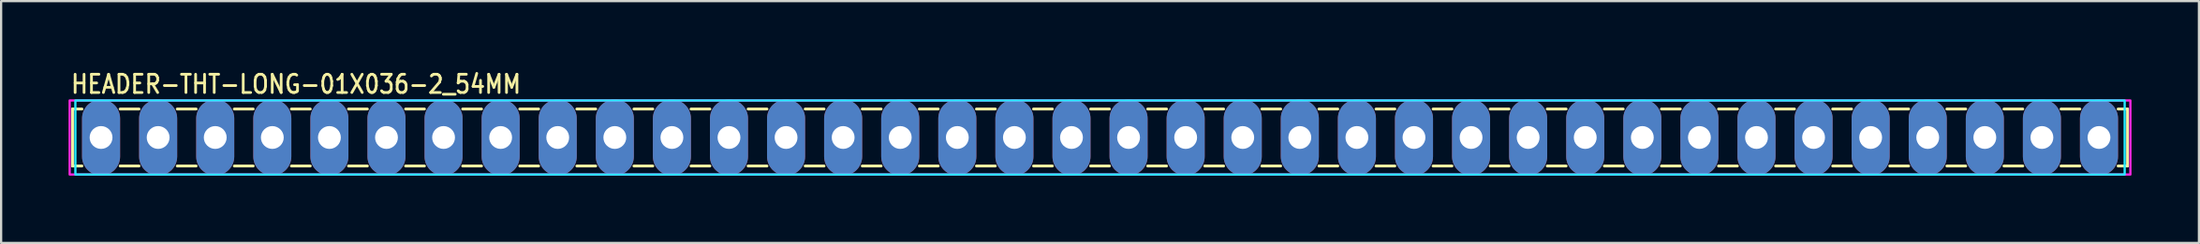
<source format=kicad_pcb>
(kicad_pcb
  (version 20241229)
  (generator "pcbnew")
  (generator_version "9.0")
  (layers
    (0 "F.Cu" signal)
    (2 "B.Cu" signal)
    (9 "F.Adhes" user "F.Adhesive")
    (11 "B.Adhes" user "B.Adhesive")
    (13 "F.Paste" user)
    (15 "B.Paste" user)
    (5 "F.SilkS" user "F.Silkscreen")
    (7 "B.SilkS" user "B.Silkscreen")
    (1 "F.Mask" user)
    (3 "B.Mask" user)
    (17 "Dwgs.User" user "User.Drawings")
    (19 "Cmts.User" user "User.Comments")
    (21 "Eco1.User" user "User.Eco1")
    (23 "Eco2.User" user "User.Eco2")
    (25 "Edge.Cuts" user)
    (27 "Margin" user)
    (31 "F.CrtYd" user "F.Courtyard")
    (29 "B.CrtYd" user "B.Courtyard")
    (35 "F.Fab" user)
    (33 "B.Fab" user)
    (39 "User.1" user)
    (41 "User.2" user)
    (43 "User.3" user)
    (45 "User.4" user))
  (footprint "HEADER-THT-LONG-01X036-2_54MM"
    (layer "F.Cu")
    (at 1.447 3.079)
    (property "Reference" "HEADER-THT-LONG-01X036-2_54MM" (at -1.4 -1.9 0) (unlocked yes) (layer "F.SilkS") (effects (font (size 0.813 0.695) (thickness 0.122)) (justify left bottom)))
    (fp_line (start -1.27 -1.27) (end -1.27 1.27) (stroke (width 0.127) (type solid)) (layer "F.SilkS"))
    (fp_line (start -1.27 1.27) (end -0.85 1.27) (stroke (width 0.127) (type solid)) (layer "F.SilkS"))
    (fp_line (start -0.85 -1.27) (end -1.27 -1.27) (stroke (width 0.127) (type solid)) (layer "F.SilkS"))
    (fp_line (start 0.85 -1.27) (end 1.69 -1.27) (stroke (width 0.127) (type solid)) (layer "F.SilkS"))
    (fp_line (start 0.85 1.27) (end 1.69 1.27) (stroke (width 0.127) (type solid)) (layer "F.SilkS"))
    (fp_line (start 3.39 -1.27) (end 4.23 -1.27) (stroke (width 0.127) (type solid)) (layer "F.SilkS"))
    (fp_line (start 3.39 1.27) (end 4.23 1.27) (stroke (width 0.127) (type solid)) (layer "F.SilkS"))
    (fp_line (start 5.93 -1.27) (end 6.77 -1.27) (stroke (width 0.127) (type solid)) (layer "F.SilkS"))
    (fp_line (start 5.93 1.27) (end 6.77 1.27) (stroke (width 0.127) (type solid)) (layer "F.SilkS"))
    (fp_line (start 8.47 -1.27) (end 9.31 -1.27) (stroke (width 0.127) (type solid)) (layer "F.SilkS"))
    (fp_line (start 8.47 1.27) (end 9.31 1.27) (stroke (width 0.127) (type solid)) (layer "F.SilkS"))
    (fp_line (start 11.01 -1.27) (end 11.85 -1.27) (stroke (width 0.127) (type solid)) (layer "F.SilkS"))
    (fp_line (start 11.01 1.27) (end 11.85 1.27) (stroke (width 0.127) (type solid)) (layer "F.SilkS"))
    (fp_line (start 13.55 -1.27) (end 14.39 -1.27) (stroke (width 0.127) (type solid)) (layer "F.SilkS"))
    (fp_line (start 13.55 1.27) (end 14.39 1.27) (stroke (width 0.127) (type solid)) (layer "F.SilkS"))
    (fp_line (start 16.09 -1.27) (end 16.93 -1.27) (stroke (width 0.127) (type solid)) (layer "F.SilkS"))
    (fp_line (start 16.09 1.27) (end 16.93 1.27) (stroke (width 0.127) (type solid)) (layer "F.SilkS"))
    (fp_line (start 18.63 -1.27) (end 19.47 -1.27) (stroke (width 0.127) (type solid)) (layer "F.SilkS"))
    (fp_line (start 18.63 1.27) (end 19.47 1.27) (stroke (width 0.127) (type solid)) (layer "F.SilkS"))
    (fp_line (start 21.17 -1.27) (end 22.01 -1.27) (stroke (width 0.127) (type solid)) (layer "F.SilkS"))
    (fp_line (start 21.17 1.27) (end 22.01 1.27) (stroke (width 0.127) (type solid)) (layer "F.SilkS"))
    (fp_line (start 23.71 -1.27) (end 24.55 -1.27) (stroke (width 0.127) (type solid)) (layer "F.SilkS"))
    (fp_line (start 23.71 1.27) (end 24.55 1.27) (stroke (width 0.127) (type solid)) (layer "F.SilkS"))
    (fp_line (start 26.25 -1.27) (end 27.09 -1.27) (stroke (width 0.127) (type solid)) (layer "F.SilkS"))
    (fp_line (start 26.25 1.27) (end 27.09 1.27) (stroke (width 0.127) (type solid)) (layer "F.SilkS"))
    (fp_line (start 28.79 -1.27) (end 29.63 -1.27) (stroke (width 0.127) (type solid)) (layer "F.SilkS"))
    (fp_line (start 28.79 1.27) (end 29.63 1.27) (stroke (width 0.127) (type solid)) (layer "F.SilkS"))
    (fp_line (start 31.33 -1.27) (end 32.17 -1.27) (stroke (width 0.127) (type solid)) (layer "F.SilkS"))
    (fp_line (start 31.33 1.27) (end 32.17 1.27) (stroke (width 0.127) (type solid)) (layer "F.SilkS"))
    (fp_line (start 33.87 -1.27) (end 34.71 -1.27) (stroke (width 0.127) (type solid)) (layer "F.SilkS"))
    (fp_line (start 33.87 1.27) (end 34.71 1.27) (stroke (width 0.127) (type solid)) (layer "F.SilkS"))
    (fp_line (start 36.41 -1.27) (end 37.25 -1.27) (stroke (width 0.127) (type solid)) (layer "F.SilkS"))
    (fp_line (start 36.41 1.27) (end 37.25 1.27) (stroke (width 0.127) (type solid)) (layer "F.SilkS"))
    (fp_line (start 38.95 -1.27) (end 39.79 -1.27) (stroke (width 0.127) (type solid)) (layer "F.SilkS"))
    (fp_line (start 38.95 1.27) (end 39.79 1.27) (stroke (width 0.127) (type solid)) (layer "F.SilkS"))
    (fp_line (start 41.49 -1.27) (end 42.33 -1.27) (stroke (width 0.127) (type solid)) (layer "F.SilkS"))
    (fp_line (start 41.49 1.27) (end 42.33 1.27) (stroke (width 0.127) (type solid)) (layer "F.SilkS"))
    (fp_line (start 44.03 -1.27) (end 44.87 -1.27) (stroke (width 0.127) (type solid)) (layer "F.SilkS"))
    (fp_line (start 44.03 1.27) (end 44.87 1.27) (stroke (width 0.127) (type solid)) (layer "F.SilkS"))
    (fp_line (start 46.57 -1.27) (end 47.41 -1.27) (stroke (width 0.127) (type solid)) (layer "F.SilkS"))
    (fp_line (start 46.57 1.27) (end 47.41 1.27) (stroke (width 0.127) (type solid)) (layer "F.SilkS"))
    (fp_line (start 49.11 -1.27) (end 49.95 -1.27) (stroke (width 0.127) (type solid)) (layer "F.SilkS"))
    (fp_line (start 49.11 1.27) (end 49.95 1.27) (stroke (width 0.127) (type solid)) (layer "F.SilkS"))
    (fp_line (start 51.65 -1.27) (end 52.49 -1.27) (stroke (width 0.127) (type solid)) (layer "F.SilkS"))
    (fp_line (start 51.65 1.27) (end 52.49 1.27) (stroke (width 0.127) (type solid)) (layer "F.SilkS"))
    (fp_line (start 54.19 -1.27) (end 55.03 -1.27) (stroke (width 0.127) (type solid)) (layer "F.SilkS"))
    (fp_line (start 54.19 1.27) (end 55.03 1.27) (stroke (width 0.127) (type solid)) (layer "F.SilkS"))
    (fp_line (start 56.73 -1.27) (end 57.57 -1.27) (stroke (width 0.127) (type solid)) (layer "F.SilkS"))
    (fp_line (start 56.73 1.27) (end 57.57 1.27) (stroke (width 0.127) (type solid)) (layer "F.SilkS"))
    (fp_line (start 59.27 -1.27) (end 60.11 -1.27) (stroke (width 0.127) (type solid)) (layer "F.SilkS"))
    (fp_line (start 59.27 1.27) (end 60.11 1.27) (stroke (width 0.127) (type solid)) (layer "F.SilkS"))
    (fp_line (start 61.81 -1.27) (end 62.65 -1.27) (stroke (width 0.127) (type solid)) (layer "F.SilkS"))
    (fp_line (start 61.81 1.27) (end 62.65 1.27) (stroke (width 0.127) (type solid)) (layer "F.SilkS"))
    (fp_line (start 64.35 -1.27) (end 65.19 -1.27) (stroke (width 0.127) (type solid)) (layer "F.SilkS"))
    (fp_line (start 64.35 1.27) (end 65.19 1.27) (stroke (width 0.127) (type solid)) (layer "F.SilkS"))
    (fp_line (start 66.89 -1.27) (end 67.73 -1.27) (stroke (width 0.127) (type solid)) (layer "F.SilkS"))
    (fp_line (start 66.89 1.27) (end 67.73 1.27) (stroke (width 0.127) (type solid)) (layer "F.SilkS"))
    (fp_line (start 69.43 -1.27) (end 70.27 -1.27) (stroke (width 0.127) (type solid)) (layer "F.SilkS"))
    (fp_line (start 69.43 1.27) (end 70.27 1.27) (stroke (width 0.127) (type solid)) (layer "F.SilkS"))
    (fp_line (start 71.97 -1.27) (end 72.81 -1.27) (stroke (width 0.127) (type solid)) (layer "F.SilkS"))
    (fp_line (start 71.97 1.27) (end 72.81 1.27) (stroke (width 0.127) (type solid)) (layer "F.SilkS"))
    (fp_line (start 74.51 -1.27) (end 75.35 -1.27) (stroke (width 0.127) (type solid)) (layer "F.SilkS"))
    (fp_line (start 74.51 1.27) (end 75.35 1.27) (stroke (width 0.127) (type solid)) (layer "F.SilkS"))
    (fp_line (start 77.05 -1.27) (end 77.89 -1.27) (stroke (width 0.127) (type solid)) (layer "F.SilkS"))
    (fp_line (start 77.05 1.27) (end 77.89 1.27) (stroke (width 0.127) (type solid)) (layer "F.SilkS"))
    (fp_line (start 79.59 -1.27) (end 80.43 -1.27) (stroke (width 0.127) (type solid)) (layer "F.SilkS"))
    (fp_line (start 79.59 1.27) (end 80.43 1.27) (stroke (width 0.127) (type solid)) (layer "F.SilkS"))
    (fp_line (start 82.13 -1.27) (end 82.97 -1.27) (stroke (width 0.127) (type solid)) (layer "F.SilkS"))
    (fp_line (start 82.13 1.27) (end 82.97 1.27) (stroke (width 0.127) (type solid)) (layer "F.SilkS"))
    (fp_line (start 84.67 -1.27) (end 85.51 -1.27) (stroke (width 0.127) (type solid)) (layer "F.SilkS"))
    (fp_line (start 84.67 1.27) (end 85.51 1.27) (stroke (width 0.127) (type solid)) (layer "F.SilkS"))
    (fp_line (start 87.21 -1.27) (end 88.05 -1.27) (stroke (width 0.127) (type solid)) (layer "F.SilkS"))
    (fp_line (start 87.21 1.27) (end 88.05 1.27) (stroke (width 0.127) (type solid)) (layer "F.SilkS"))
    (fp_line (start 89.75 -1.27) (end 90.17 -1.27) (stroke (width 0.127) (type solid)) (layer "F.SilkS"))
    (fp_line (start 90.17 -1.27) (end 90.17 1.27) (stroke (width 0.127) (type solid)) (layer "F.SilkS"))
    (fp_line (start 90.17 1.27) (end 89.75 1.27) (stroke (width 0.127) (type solid)) (layer "F.SilkS"))
    (fp_poly (pts (xy -1.143 -1.651) (xy 90.043 -1.651) (xy 90.043 1.651) (xy -1.143 1.651)) (stroke (width 0.1) (type solid)) (fill no) (layer "B.CrtYd"))
    (fp_poly (pts (xy -1.397 -1.651) (xy 90.297 -1.651) (xy 90.297 1.651) (xy -1.397 1.651)) (stroke (width 0.1) (type solid)) (fill no) (layer "F.CrtYd"))
    (pad "1" thru_hole oval (at 0 0 90) (size 3.387 1.693) (drill 1.016) (layers "*.Cu" "*.Mask"))
    (pad "2" thru_hole oval (at 2.54 0 90) (size 3.387 1.693) (drill 1.016) (layers "*.Cu" "*.Mask"))
    (pad "3" thru_hole oval (at 5.08 0 90) (size 3.387 1.693) (drill 1.016) (layers "*.Cu" "*.Mask"))
    (pad "4" thru_hole oval (at 7.62 0 90) (size 3.387 1.693) (drill 1.016) (layers "*.Cu" "*.Mask"))
    (pad "5" thru_hole oval (at 10.16 0 90) (size 3.387 1.693) (drill 1.016) (layers "*.Cu" "*.Mask"))
    (pad "6" thru_hole oval (at 12.7 0 90) (size 3.387 1.693) (drill 1.016) (layers "*.Cu" "*.Mask"))
    (pad "7" thru_hole oval (at 15.24 0 90) (size 3.387 1.693) (drill 1.016) (layers "*.Cu" "*.Mask"))
    (pad "8" thru_hole oval (at 17.78 0 90) (size 3.387 1.693) (drill 1.016) (layers "*.Cu" "*.Mask"))
    (pad "9" thru_hole oval (at 20.32 0 90) (size 3.387 1.693) (drill 1.016) (layers "*.Cu" "*.Mask"))
    (pad "10" thru_hole oval (at 22.86 0 90) (size 3.387 1.693) (drill 1.016) (layers "*.Cu" "*.Mask"))
    (pad "11" thru_hole oval (at 25.4 0 90) (size 3.387 1.693) (drill 1.016) (layers "*.Cu" "*.Mask"))
    (pad "12" thru_hole oval (at 27.94 0 90) (size 3.387 1.693) (drill 1.016) (layers "*.Cu" "*.Mask"))
    (pad "13" thru_hole oval (at 30.48 0 90) (size 3.387 1.693) (drill 1.016) (layers "*.Cu" "*.Mask"))
    (pad "14" thru_hole oval (at 33.02 0 90) (size 3.387 1.693) (drill 1.016) (layers "*.Cu" "*.Mask"))
    (pad "15" thru_hole oval (at 35.56 0 90) (size 3.387 1.693) (drill 1.016) (layers "*.Cu" "*.Mask"))
    (pad "16" thru_hole oval (at 38.1 0 90) (size 3.387 1.693) (drill 1.016) (layers "*.Cu" "*.Mask"))
    (pad "17" thru_hole oval (at 40.64 0 90) (size 3.387 1.693) (drill 1.016) (layers "*.Cu" "*.Mask"))
    (pad "18" thru_hole oval (at 43.18 0 90) (size 3.387 1.693) (drill 1.016) (layers "*.Cu" "*.Mask"))
    (pad "19" thru_hole oval (at 45.72 0 90) (size 3.387 1.693) (drill 1.016) (layers "*.Cu" "*.Mask"))
    (pad "20" thru_hole oval (at 48.26 0 90) (size 3.387 1.693) (drill 1.016) (layers "*.Cu" "*.Mask"))
    (pad "21" thru_hole oval (at 50.8 0 90) (size 3.387 1.693) (drill 1.016) (layers "*.Cu" "*.Mask"))
    (pad "22" thru_hole oval (at 53.34 0 90) (size 3.387 1.693) (drill 1.016) (layers "*.Cu" "*.Mask"))
    (pad "23" thru_hole oval (at 55.88 0 90) (size 3.387 1.693) (drill 1.016) (layers "*.Cu" "*.Mask"))
    (pad "24" thru_hole oval (at 58.42 0 90) (size 3.387 1.693) (drill 1.016) (layers "*.Cu" "*.Mask"))
    (pad "25" thru_hole oval (at 60.96 0 90) (size 3.387 1.693) (drill 1.016) (layers "*.Cu" "*.Mask"))
    (pad "26" thru_hole oval (at 63.5 0 90) (size 3.387 1.693) (drill 1.016) (layers "*.Cu" "*.Mask"))
    (pad "27" thru_hole oval (at 66.04 0 90) (size 3.387 1.693) (drill 1.016) (layers "*.Cu" "*.Mask"))
    (pad "28" thru_hole oval (at 68.58 0 90) (size 3.387 1.693) (drill 1.016) (layers "*.Cu" "*.Mask"))
    (pad "29" thru_hole oval (at 71.12 0 90) (size 3.387 1.693) (drill 1.016) (layers "*.Cu" "*.Mask"))
    (pad "30" thru_hole oval (at 73.66 0 90) (size 3.387 1.693) (drill 1.016) (layers "*.Cu" "*.Mask"))
    (pad "31" thru_hole oval (at 76.2 0 90) (size 3.387 1.693) (drill 1.016) (layers "*.Cu" "*.Mask"))
    (pad "32" thru_hole oval (at 78.74 0 90) (size 3.387 1.693) (drill 1.016) (layers "*.Cu" "*.Mask"))
    (pad "33" thru_hole oval (at 81.28 0 90) (size 3.387 1.693) (drill 1.016) (layers "*.Cu" "*.Mask"))
    (pad "34" thru_hole oval (at 83.82 0 90) (size 3.387 1.693) (drill 1.016) (layers "*.Cu" "*.Mask"))
    (pad "35" thru_hole oval (at 86.36 0 90) (size 3.387 1.693) (drill 1.016) (layers "*.Cu" "*.Mask"))
    (pad "36" thru_hole oval (at 88.9 0 90) (size 3.387 1.693) (drill 1.016) (layers "*.Cu" "*.Mask")))
  (gr_rect
    (start -3 -3)
    (end 94.794 7.78)
    (stroke (width 0.1) (type default))
    (fill no)
    (layer "Edge.Cuts")))
</source>
